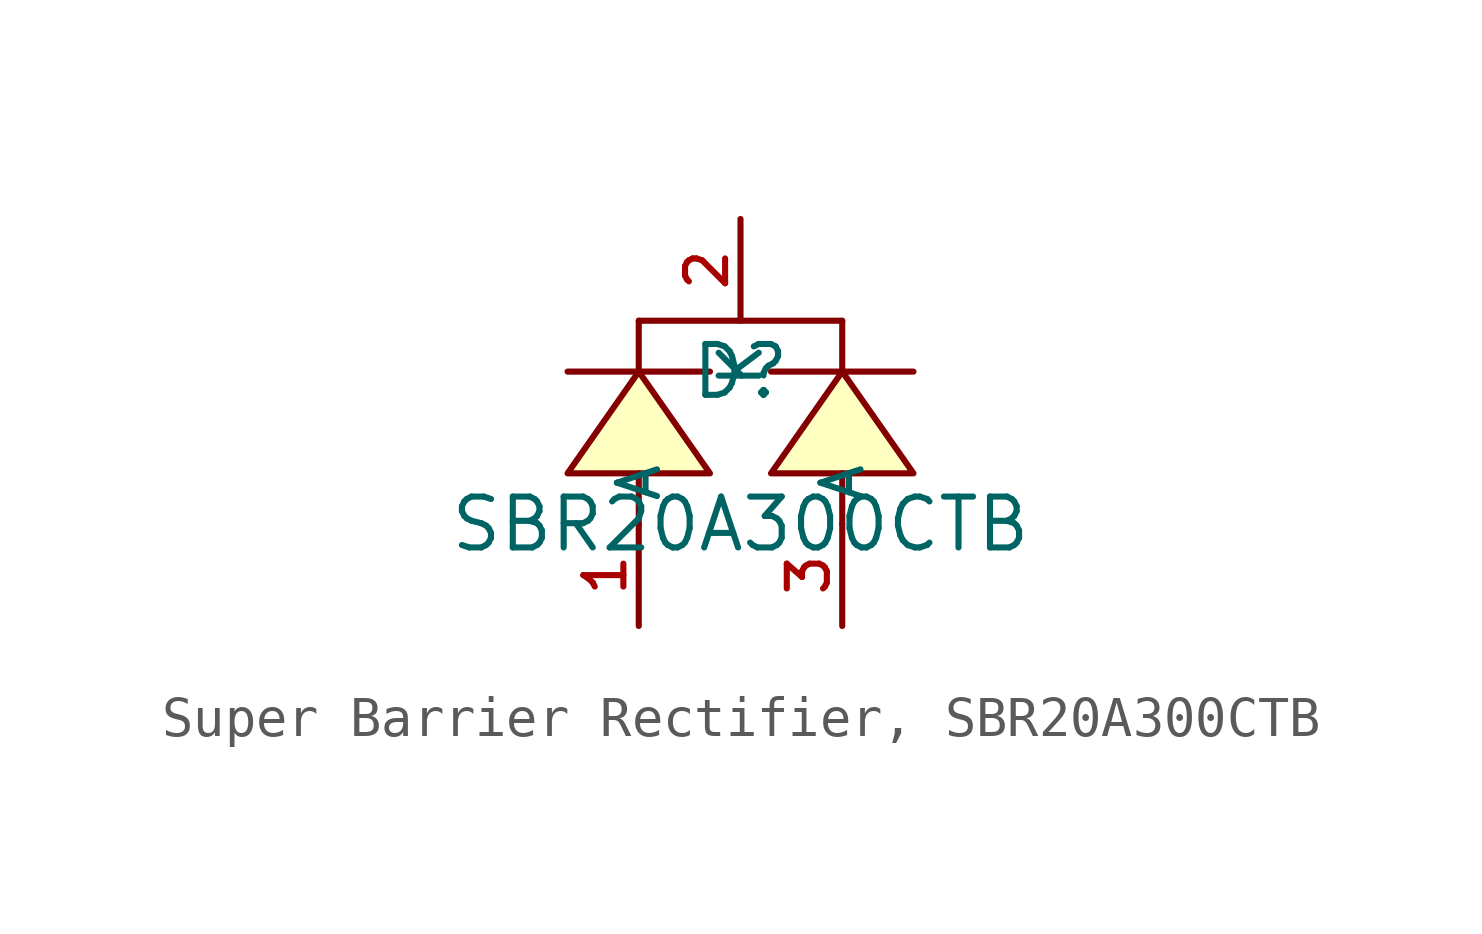
<source format=kicad_sym>
(kicad_symbol_lib
  (version 20231120)
  (generator "CDFER_Archive_Tool")
  (generator_version "0.0")
  (symbol "Super Barrier Rectifier, SBR20A300CTB"
    (property "Reference" "D"
      (at 0 1.27 0)
      (effects (font (size 1.27 1.27))))
    (property "Value" "SBR20A300CTB"
      (at 0 -2.54 0)
      (effects (font (size 1.27 1.27))))
    (symbol "Super Barrier Rectifier, SBR20A300CTB_0_1"
      (polyline (pts (xy -2.54 -2.54) (xy -2.54 -1.27)) (stroke (width 0) (type default)) (fill (type none)))
      (polyline (pts (xy -2.54 1.27) (xy -2.54 2.54)) (stroke (width 0) (type default)) (fill (type none)))
      (polyline (pts (xy -0.762 1.27) (xy -4.318 1.27)) (stroke (width 0) (type default)) (fill (type none)))
      (polyline (pts (xy 2.54 -2.54) (xy 2.54 -1.27)) (stroke (width 0) (type default)) (fill (type none)))
      (polyline (pts (xy 2.54 1.27) (xy 2.54 2.54)) (stroke (width 0) (type default)) (fill (type none)))
      (polyline (pts (xy 2.54 2.54) (xy -2.54 2.54)) (stroke (width 0) (type default)) (fill (type none)))
      (polyline (pts (xy 4.318 1.27) (xy 0.762 1.27)) (stroke (width 0) (type default)) (fill (type none)))
      (polyline (pts (xy -0.762 -1.27) (xy -2.54 1.27) (xy -4.318 -1.27) (xy -0.762 -1.27)) (stroke (width 0) (type default)) (fill (type background)))
      (polyline (pts (xy 4.318 -1.27) (xy 2.54 1.27) (xy 0.762 -1.27) (xy 4.318 -1.27)) (stroke (width 0) (type default)) (fill (type background)))
      (pin unspecified line (at -2.54 -5.08 90) (length 2.54) (name "A" (effects (font (size 1 1)))) (number "1" (effects (font (size 1 1)))))
      (pin unspecified line (at 0 5.08 270) (length 2.54) (name "K" (effects (font (size 1 1)))) (number "2" (effects (font (size 1 1)))))
      (pin unspecified line (at 2.54 -5.08 90) (length 2.54) (name "A" (effects (font (size 1 1)))) (number "3" (effects (font (size 1 1))))))))
</source>
